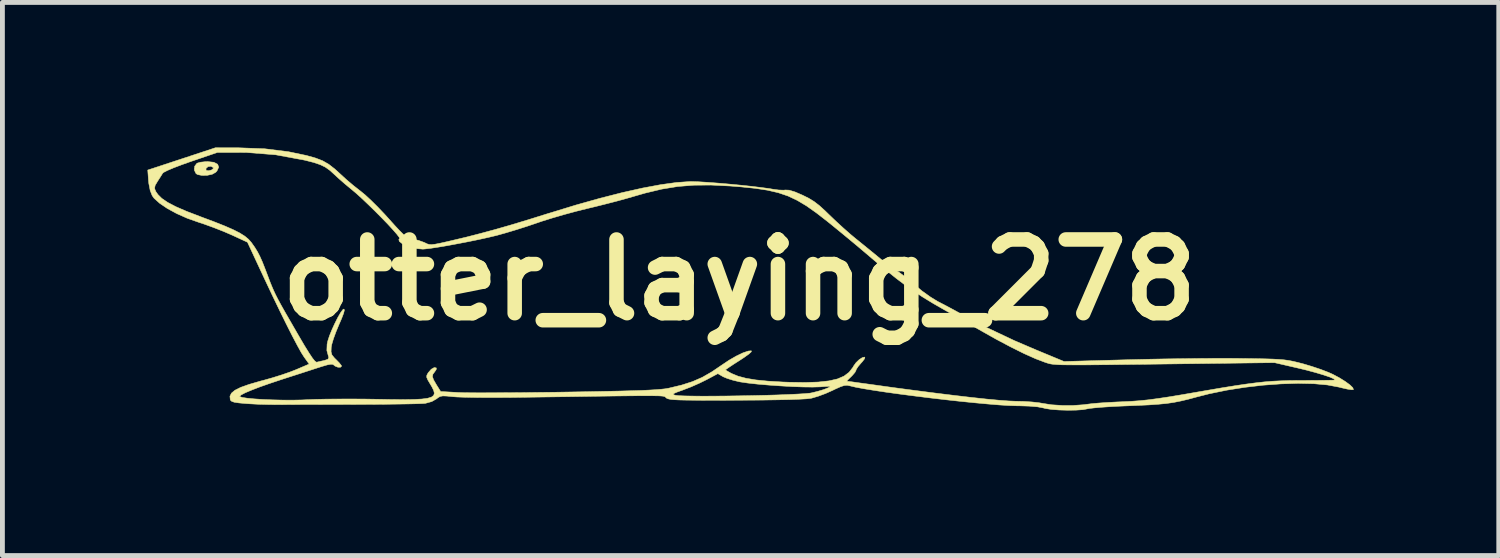
<source format=kicad_pcb>
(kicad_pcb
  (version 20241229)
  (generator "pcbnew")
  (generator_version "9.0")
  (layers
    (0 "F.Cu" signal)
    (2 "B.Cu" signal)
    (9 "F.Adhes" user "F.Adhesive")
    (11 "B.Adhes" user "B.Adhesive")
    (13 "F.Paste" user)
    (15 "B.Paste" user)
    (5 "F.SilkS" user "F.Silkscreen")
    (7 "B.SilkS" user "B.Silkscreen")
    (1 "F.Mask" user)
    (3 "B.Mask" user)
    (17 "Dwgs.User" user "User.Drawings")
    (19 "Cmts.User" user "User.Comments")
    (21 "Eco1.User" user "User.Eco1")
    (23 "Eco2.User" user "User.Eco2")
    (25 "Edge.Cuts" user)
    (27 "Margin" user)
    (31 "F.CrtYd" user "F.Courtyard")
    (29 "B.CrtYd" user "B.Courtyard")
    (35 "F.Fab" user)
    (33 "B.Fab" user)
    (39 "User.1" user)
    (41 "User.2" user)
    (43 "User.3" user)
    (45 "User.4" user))
  (footprint "otter_laying_278"
    (layer "F.Cu")
    (at 12.236 2.736)
    (property "Reference" "otter_laying_278" (at 0 0 0) (layer "F.SilkS") (effects (font (size 1.524 1.524) (thickness 0.3))))
    (attr through_hole)
    (fp_poly (pts (xy -10.865 -2.431) (xy -10.787 -2.391) (xy -10.764 -2.331) (xy -10.799 -2.254) (xy -10.827 -2.223) (xy -10.899 -2.183) (xy -11.002 -2.161) (xy -11.111 -2.159) (xy -11.201 -2.177) (xy -11.233 -2.197) (xy -11.268 -2.269) (xy -11.265 -2.302) (xy -11.029 -2.302) (xy -11.023 -2.263) (xy -10.972 -2.256) (xy -10.909 -2.273) (xy -10.875 -2.303) (xy -10.876 -2.321) (xy -10.924 -2.348) (xy -10.986 -2.34) (xy -11.028 -2.302) (xy -11.029 -2.302) (xy -11.265 -2.302) (xy -11.261 -2.349) (xy -11.215 -2.409) (xy -11.21 -2.412) (xy -11.142 -2.432) (xy -11.041 -2.443) (xy -10.994 -2.445) (xy -10.865 -2.431)) (stroke (width 0.01) (type solid)) (fill yes) (layer "F.SilkS"))
    (fp_poly (pts (xy -10.346 -2.73) (xy -9.812 -2.71) (xy -9.321 -2.649) (xy -8.949 -2.571) (xy -8.761 -2.518) (xy -8.614 -2.461) (xy -8.489 -2.389) (xy -8.362 -2.29) (xy -8.248 -2.186) (xy -8.121 -2.07) (xy -7.978 -1.949) (xy -7.847 -1.846) (xy -7.829 -1.832) (xy -7.735 -1.755) (xy -7.613 -1.642) (xy -7.475 -1.505) (xy -7.334 -1.357) (xy -7.257 -1.272) (xy -7.123 -1.123) (xy -7.022 -1.015) (xy -6.947 -0.941) (xy -6.888 -0.893) (xy -6.838 -0.865) (xy -6.788 -0.85) (xy -6.752 -0.844) (xy -6.634 -0.816) (xy -6.52 -0.775) (xy -6.5 -0.766) (xy -6.455 -0.744) (xy -6.413 -0.732) (xy -6.362 -0.729) (xy -6.29 -0.737) (xy -6.187 -0.757) (xy -6.039 -0.79) (xy -5.933 -0.815) (xy -5.634 -0.886) (xy -5.34 -0.962) (xy -5.037 -1.044) (xy -4.714 -1.137) (xy -4.357 -1.245) (xy -3.954 -1.371) (xy -3.913 -1.383) (xy -3.381 -1.546) (xy -2.882 -1.686) (xy -2.42 -1.804) (xy -2 -1.898) (xy -1.625 -1.968) (xy -1.299 -2.013) (xy -1.026 -2.032) (xy -0.98 -2.032) (xy -0.847 -2.028) (xy -0.666 -2.017) (xy -0.452 -2.001) (xy -0.218 -1.981) (xy 0.021 -1.958) (xy 0.25 -1.934) (xy 0.454 -1.909) (xy 0.619 -1.887) (xy 0.699 -1.873) (xy 0.812 -1.858) (xy 0.912 -1.854) (xy 0.955 -1.858) (xy 1.032 -1.854) (xy 1.153 -1.817) (xy 1.304 -1.752) (xy 1.435 -1.687) (xy 1.546 -1.619) (xy 1.655 -1.535) (xy 1.778 -1.423) (xy 1.857 -1.346) (xy 1.998 -1.211) (xy 2.154 -1.068) (xy 2.303 -0.937) (xy 2.397 -0.859) (xy 2.543 -0.741) (xy 2.709 -0.606) (xy 2.864 -0.479) (xy 2.905 -0.445) (xy 3.022 -0.352) (xy 3.131 -0.269) (xy 3.217 -0.21) (xy 3.252 -0.189) (xy 3.312 -0.15) (xy 3.407 -0.078) (xy 3.52 0.015) (xy 3.619 0.1) (xy 3.78 0.232) (xy 3.949 0.353) (xy 4.102 0.447) (xy 4.13 0.461) (xy 4.278 0.538) (xy 4.446 0.628) (xy 4.6 0.713) (xy 4.61 0.718) (xy 5.119 0.988) (xy 5.688 1.257) (xy 6.139 1.45) (xy 6.713 1.688) (xy 8.095 1.65) (xy 8.431 1.642) (xy 8.785 1.635) (xy 9.144 1.63) (xy 9.495 1.626) (xy 9.824 1.624) (xy 10.118 1.624) (xy 10.363 1.625) (xy 10.382 1.626) (xy 10.646 1.629) (xy 10.857 1.633) (xy 11.023 1.638) (xy 11.156 1.645) (xy 11.264 1.654) (xy 11.357 1.667) (xy 11.446 1.684) (xy 11.539 1.706) (xy 11.648 1.734) (xy 11.663 1.738) (xy 11.837 1.79) (xy 12.016 1.85) (xy 12.175 1.911) (xy 12.268 1.952) (xy 12.407 2.026) (xy 12.529 2.102) (xy 12.624 2.172) (xy 12.683 2.229) (xy 12.697 2.267) (xy 12.695 2.27) (xy 12.657 2.272) (xy 12.572 2.259) (xy 12.457 2.233) (xy 12.393 2.217) (xy 12.159 2.173) (xy 11.875 2.147) (xy 11.551 2.14) (xy 11.199 2.151) (xy 10.829 2.178) (xy 10.452 2.222) (xy 10.077 2.281) (xy 9.717 2.355) (xy 9.461 2.42) (xy 9.284 2.468) (xy 9.128 2.505) (xy 8.982 2.534) (xy 8.832 2.556) (xy 8.664 2.572) (xy 8.466 2.586) (xy 8.224 2.597) (xy 8.08 2.603) (xy 7.86 2.612) (xy 7.655 2.623) (xy 7.476 2.635) (xy 7.334 2.648) (xy 7.238 2.659) (xy 7.207 2.665) (xy 7.105 2.684) (xy 6.958 2.694) (xy 6.788 2.696) (xy 6.613 2.691) (xy 6.452 2.679) (xy 6.325 2.659) (xy 6.287 2.649) (xy 6.168 2.626) (xy 5.994 2.611) (xy 5.77 2.604) (xy 5.731 2.604) (xy 5.58 2.599) (xy 5.38 2.587) (xy 5.139 2.567) (xy 4.867 2.542) (xy 4.571 2.512) (xy 4.26 2.478) (xy 3.943 2.441) (xy 3.629 2.402) (xy 3.327 2.363) (xy 3.044 2.324) (xy 2.79 2.286) (xy 2.574 2.251) (xy 2.403 2.219) (xy 2.289 2.192) (xy 2.23 2.18) (xy 2.171 2.184) (xy 2.096 2.208) (xy 1.988 2.256) (xy 1.924 2.287) (xy 1.78 2.351) (xy 1.629 2.407) (xy 1.5 2.445) (xy 1.476 2.45) (xy 1.389 2.46) (xy 1.241 2.468) (xy 1.036 2.476) (xy 0.777 2.481) (xy 0.467 2.486) (xy 0.108 2.488) (xy -0.084 2.489) (xy -0.417 2.49) (xy -0.693 2.49) (xy -0.917 2.489) (xy -1.095 2.487) (xy -1.232 2.484) (xy -1.334 2.479) (xy -1.407 2.473) (xy -1.457 2.464) (xy -1.49 2.454) (xy -1.51 2.442) (xy -1.513 2.44) (xy -1.521 2.431) (xy -1.529 2.423) (xy -1.538 2.416) (xy -1.554 2.41) (xy -1.58 2.405) (xy -1.62 2.401) (xy -1.678 2.398) (xy -1.757 2.397) (xy -1.863 2.396) (xy -1.997 2.396) (xy -2.166 2.397) (xy -2.371 2.399) (xy -2.618 2.402) (xy -2.91 2.406) (xy -3.251 2.411) (xy -3.645 2.417) (xy -4.096 2.423) (xy -4.461 2.428) (xy -4.748 2.432) (xy -5.024 2.433) (xy -5.279 2.433) (xy -5.506 2.431) (xy -5.695 2.427) (xy -5.837 2.422) (xy -5.92 2.416) (xy -6.048 2.403) (xy -6.13 2.4) (xy -6.185 2.41) (xy -6.23 2.436) (xy -6.26 2.46) (xy -6.358 2.516) (xy -6.483 2.551) (xy -6.499 2.554) (xy -6.565 2.558) (xy -6.685 2.562) (xy -6.854 2.566) (xy -7.062 2.569) (xy -7.303 2.572) (xy -7.568 2.574) (xy -7.85 2.575) (xy -7.922 2.575) (xy -8.216 2.576) (xy -8.505 2.576) (xy -8.778 2.577) (xy -9.027 2.577) (xy -9.241 2.578) (xy -9.413 2.579) (xy -9.531 2.58) (xy -9.541 2.58) (xy -9.728 2.578) (xy -9.934 2.573) (xy -10.125 2.563) (xy -10.198 2.558) (xy -10.345 2.545) (xy -10.44 2.531) (xy -10.495 2.512) (xy -10.521 2.488) (xy -10.525 2.478) (xy -10.532 2.407) (xy -10.501 2.343) (xy -10.429 2.283) (xy -10.309 2.223) (xy -10.138 2.162) (xy -9.91 2.096) (xy -9.837 2.077) (xy -9.653 2.025) (xy -9.461 1.965) (xy -9.285 1.904) (xy -9.165 1.857) (xy -8.894 1.741) (xy -9 1.593) (xy -9.058 1.502) (xy -9.138 1.357) (xy -9.24 1.164) (xy -9.36 0.927) (xy -9.496 0.651) (xy -9.646 0.34) (xy -9.807 -0.001) (xy -9.903 -0.206) (xy -10.169 -0.778) (xy -10.49 -0.926) (xy -10.661 -1) (xy -10.862 -1.079) (xy -11.066 -1.153) (xy -11.184 -1.192) (xy -11.416 -1.274) (xy -11.634 -1.371) (xy -11.827 -1.476) (xy -11.986 -1.584) (xy -12.1 -1.687) (xy -12.139 -1.741) (xy -12.181 -1.847) (xy -12.189 -1.89) (xy -12.091 -1.89) (xy -12.064 -1.825) (xy -12.02 -1.763) (xy -11.941 -1.684) (xy -11.819 -1.601) (xy -11.651 -1.513) (xy -11.43 -1.417) (xy -11.152 -1.311) (xy -11.138 -1.305) (xy -10.862 -1.202) (xy -10.64 -1.114) (xy -10.464 -1.037) (xy -10.328 -0.968) (xy -10.225 -0.903) (xy -10.147 -0.838) (xy -10.087 -0.77) (xy -10.084 -0.765) (xy -10.018 -0.671) (xy -9.963 -0.582) (xy -9.913 -0.486) (xy -9.86 -0.367) (xy -9.799 -0.211) (xy -9.748 -0.077) (xy -9.707 0.032) (xy -9.669 0.126) (xy -9.632 0.213) (xy -9.59 0.303) (xy -9.539 0.403) (xy -9.475 0.521) (xy -9.393 0.667) (xy -9.289 0.847) (xy -9.159 1.072) (xy -9.104 1.167) (xy -8.986 1.368) (xy -8.894 1.516) (xy -8.826 1.618) (xy -8.777 1.679) (xy -8.744 1.702) (xy -8.735 1.702) (xy -8.668 1.686) (xy -8.58 1.667) (xy -8.578 1.666) (xy -8.506 1.642) (xy -8.488 1.607) (xy -8.491 1.597) (xy -8.528 1.461) (xy -8.523 1.33) (xy -8.509 1.266) (xy -8.475 1.16) (xy -8.424 1.034) (xy -8.365 0.905) (xy -8.304 0.783) (xy -8.247 0.684) (xy -8.201 0.62) (xy -8.177 0.603) (xy -8.165 0.624) (xy -8.181 0.689) (xy -8.224 0.802) (xy -8.279 0.928) (xy -8.34 1.076) (xy -8.392 1.218) (xy -8.427 1.337) (xy -8.438 1.396) (xy -8.441 1.488) (xy -8.423 1.552) (xy -8.371 1.616) (xy -8.337 1.649) (xy -8.271 1.717) (xy -8.23 1.769) (xy -8.223 1.784) (xy -8.247 1.807) (xy -8.301 1.806) (xy -8.358 1.783) (xy -8.38 1.765) (xy -8.405 1.747) (xy -8.447 1.745) (xy -8.519 1.758) (xy -8.631 1.791) (xy -8.741 1.826) (xy -8.904 1.879) (xy -9.101 1.943) (xy -9.307 2.009) (xy -9.477 2.064) (xy -9.71 2.142) (xy -9.915 2.214) (xy -10.086 2.28) (xy -10.217 2.335) (xy -10.3 2.379) (xy -10.331 2.408) (xy -10.329 2.413) (xy -10.279 2.431) (xy -10.175 2.447) (xy -10.03 2.461) (xy -9.853 2.473) (xy -9.654 2.481) (xy -9.446 2.486) (xy -9.237 2.487) (xy -9.039 2.483) (xy -8.938 2.478) (xy -8.763 2.471) (xy -8.54 2.466) (xy -8.284 2.464) (xy -8.011 2.463) (xy -7.737 2.465) (xy -7.541 2.468) (xy -7.213 2.474) (xy -6.944 2.476) (xy -6.729 2.473) (xy -6.563 2.464) (xy -6.443 2.448) (xy -6.363 2.423) (xy -6.319 2.389) (xy -6.312 2.365) (xy -1.369 2.365) (xy -1.352 2.378) (xy -1.318 2.387) (xy -1.251 2.395) (xy -1.13 2.4) (xy -0.963 2.403) (xy -0.758 2.405) (xy -0.524 2.404) (xy -0.27 2.402) (xy -0.004 2.398) (xy 0.265 2.393) (xy 0.529 2.387) (xy 0.778 2.38) (xy 1.004 2.371) (xy 1.199 2.362) (xy 1.353 2.353) (xy 1.459 2.343) (xy 1.492 2.337) (xy 1.62 2.306) (xy 1.74 2.27) (xy 1.81 2.244) (xy 1.862 2.22) (xy 1.878 2.206) (xy 1.851 2.202) (xy 1.775 2.205) (xy 1.663 2.213) (xy 1.517 2.217) (xy 1.322 2.215) (xy 1.096 2.207) (xy 0.853 2.193) (xy 0.609 2.176) (xy 0.378 2.156) (xy 0.178 2.134) (xy 0.022 2.111) (xy 0 2.107) (xy -0.132 2.075) (xy -0.253 2.037) (xy -0.339 2.001) (xy -0.341 1.999) (xy -0.444 1.939) (xy -0.674 2.062) (xy -0.825 2.136) (xy -0.999 2.213) (xy -1.158 2.274) (xy -1.159 2.275) (xy -1.28 2.318) (xy -1.347 2.346) (xy -1.369 2.365) (xy -6.312 2.365) (xy -6.306 2.343) (xy -6.32 2.285) (xy -6.355 2.214) (xy -6.386 2.162) (xy -6.44 2.071) (xy -6.464 2.014) (xy -6.461 1.972) (xy -6.435 1.924) (xy -6.432 1.92) (xy -6.369 1.848) (xy -6.307 1.813) (xy -6.264 1.822) (xy -6.268 1.857) (xy -6.297 1.899) (xy -6.336 1.951) (xy -6.345 2.002) (xy -6.321 2.069) (xy -6.263 2.169) (xy -6.175 2.309) (xy -5.81 2.329) (xy -5.711 2.333) (xy -5.555 2.335) (xy -5.349 2.336) (xy -5.102 2.335) (xy -4.819 2.334) (xy -4.508 2.332) (xy -4.176 2.328) (xy -3.829 2.324) (xy -3.572 2.32) (xy -3.158 2.313) (xy -2.802 2.306) (xy -2.5 2.3) (xy -2.247 2.293) (xy -2.037 2.287) (xy -1.866 2.279) (xy -1.728 2.271) (xy -1.619 2.262) (xy -1.535 2.253) (xy -1.468 2.241) (xy -1.46 2.24) (xy -1.193 2.176) (xy -0.969 2.104) (xy -0.767 2.016) (xy -0.567 1.901) (xy -0.374 1.77) (xy -0.216 1.664) (xy -0.062 1.575) (xy 0.076 1.509) (xy 0.186 1.472) (xy 0.248 1.467) (xy 0.248 1.487) (xy 0.197 1.534) (xy 0.098 1.605) (xy 0.008 1.664) (xy -0.111 1.74) (xy -0.206 1.803) (xy -0.268 1.846) (xy -0.286 1.861) (xy -0.26 1.88) (xy -0.196 1.917) (xy -0.156 1.938) (xy -0.025 1.992) (xy 0.138 2.035) (xy 0.341 2.069) (xy 0.59 2.094) (xy 0.893 2.112) (xy 1.034 2.117) (xy 1.361 2.122) (xy 1.632 2.113) (xy 1.852 2.089) (xy 2.028 2.049) (xy 2.165 1.99) (xy 2.269 1.911) (xy 2.347 1.811) (xy 2.365 1.779) (xy 2.413 1.712) (xy 2.478 1.65) (xy 2.543 1.608) (xy 2.589 1.597) (xy 2.596 1.601) (xy 2.588 1.633) (xy 2.544 1.691) (xy 2.514 1.724) (xy 2.453 1.796) (xy 2.417 1.853) (xy 2.413 1.869) (xy 2.391 1.913) (xy 2.336 1.977) (xy 2.311 2.002) (xy 2.253 2.058) (xy 2.224 2.091) (xy 2.224 2.095) (xy 2.26 2.1) (xy 2.346 2.111) (xy 2.473 2.129) (xy 2.627 2.15) (xy 2.693 2.159) (xy 3.18 2.227) (xy 3.639 2.288) (xy 4.066 2.343) (xy 4.457 2.391) (xy 4.807 2.432) (xy 5.112 2.465) (xy 5.368 2.489) (xy 5.569 2.504) (xy 5.713 2.51) (xy 5.715 2.51) (xy 5.885 2.514) (xy 6.053 2.525) (xy 6.196 2.541) (xy 6.271 2.554) (xy 6.455 2.583) (xy 6.675 2.597) (xy 6.904 2.597) (xy 7.117 2.582) (xy 7.191 2.572) (xy 7.29 2.56) (xy 7.436 2.547) (xy 7.613 2.535) (xy 7.804 2.525) (xy 7.906 2.521) (xy 8.094 2.512) (xy 8.274 2.499) (xy 8.459 2.48) (xy 8.661 2.453) (xy 8.894 2.418) (xy 9.171 2.372) (xy 9.303 2.349) (xy 9.668 2.286) (xy 9.978 2.233) (xy 10.244 2.19) (xy 10.473 2.156) (xy 10.673 2.13) (xy 10.853 2.11) (xy 11.022 2.096) (xy 11.188 2.088) (xy 11.36 2.082) (xy 11.546 2.08) (xy 11.66 2.08) (xy 11.857 2.079) (xy 12.03 2.078) (xy 12.171 2.076) (xy 12.269 2.074) (xy 12.316 2.071) (xy 12.319 2.07) (xy 12.289 2.045) (xy 12.207 2.009) (xy 12.079 1.966) (xy 11.915 1.917) (xy 11.725 1.866) (xy 11.554 1.825) (xy 11.065 1.712) (xy 9.128 1.736) (xy 8.66 1.742) (xy 8.252 1.747) (xy 7.898 1.751) (xy 7.595 1.755) (xy 7.338 1.757) (xy 7.123 1.759) (xy 6.946 1.759) (xy 6.802 1.758) (xy 6.687 1.757) (xy 6.597 1.754) (xy 6.527 1.749) (xy 6.473 1.744) (xy 6.43 1.737) (xy 6.396 1.729) (xy 6.364 1.719) (xy 6.331 1.708) (xy 6.318 1.704) (xy 6.123 1.63) (xy 5.884 1.523) (xy 5.611 1.387) (xy 5.311 1.228) (xy 5.08 1.098) (xy 4.886 0.988) (xy 4.674 0.867) (xy 4.466 0.748) (xy 4.284 0.645) (xy 4.239 0.62) (xy 4.012 0.49) (xy 3.81 0.367) (xy 3.622 0.245) (xy 3.437 0.115) (xy 3.245 -0.03) (xy 3.037 -0.196) (xy 2.801 -0.393) (xy 2.567 -0.592) (xy 2.432 -0.706) (xy 2.265 -0.845) (xy 2.083 -0.995) (xy 1.903 -1.142) (xy 1.821 -1.208) (xy 1.593 -1.385) (xy 1.389 -1.529) (xy 1.198 -1.643) (xy 1.008 -1.733) (xy 0.807 -1.801) (xy 0.584 -1.853) (xy 0.329 -1.892) (xy 0.028 -1.923) (xy -0.191 -1.94) (xy -0.586 -1.96) (xy -0.941 -1.957) (xy -1.274 -1.93) (xy -1.604 -1.876) (xy -1.95 -1.793) (xy -2.183 -1.726) (xy -2.342 -1.68) (xy -2.543 -1.625) (xy -2.768 -1.567) (xy -2.995 -1.51) (xy -3.143 -1.475) (xy -3.371 -1.418) (xy -3.619 -1.351) (xy -3.863 -1.28) (xy -4.081 -1.212) (xy -4.189 -1.175) (xy -4.39 -1.107) (xy -4.61 -1.037) (xy -4.823 -0.973) (xy -5.005 -0.922) (xy -5.024 -0.917) (xy -5.196 -0.876) (xy -5.396 -0.832) (xy -5.611 -0.788) (xy -5.83 -0.746) (xy -6.04 -0.707) (xy -6.231 -0.675) (xy -6.389 -0.651) (xy -6.504 -0.638) (xy -6.543 -0.635) (xy -6.66 -0.645) (xy -6.778 -0.671) (xy -6.887 -0.708) (xy -6.975 -0.752) (xy -7.03 -0.796) (xy -7.04 -0.835) (xy -7.023 -0.853) (xy -7.033 -0.881) (xy -7.082 -0.945) (xy -7.163 -1.038) (xy -7.268 -1.152) (xy -7.392 -1.28) (xy -7.525 -1.414) (xy -7.662 -1.548) (xy -7.794 -1.674) (xy -7.915 -1.784) (xy -8.018 -1.871) (xy -8.033 -1.883) (xy -8.155 -1.984) (xy -8.286 -2.099) (xy -8.366 -2.173) (xy -8.465 -2.263) (xy -8.559 -2.33) (xy -8.664 -2.381) (xy -8.796 -2.426) (xy -8.973 -2.471) (xy -8.994 -2.476) (xy -9.588 -2.586) (xy -10.183 -2.633) (xy -10.347 -2.635) (xy -10.789 -2.635) (xy -11.34 -2.447) (xy -11.537 -2.377) (xy -11.702 -2.314) (xy -11.826 -2.261) (xy -11.902 -2.222) (xy -11.922 -2.205) (xy -11.96 -2.144) (xy -12.013 -2.061) (xy -12.025 -2.043) (xy -12.078 -1.954) (xy -12.091 -1.89) (xy -12.189 -1.89) (xy -12.209 -1.991) (xy -12.216 -2.058) (xy -12.231 -2.27) (xy -11.532 -2.5) (xy -10.833 -2.731) (xy -10.346 -2.73)) (stroke (width 0.01) (type solid)) (fill yes) (layer "F.SilkS")))
  (gr_rect
    (start -3 -3)
    (end 27.938 8.437)
    (stroke (width 0.1) (type default))
    (fill no)
    (layer "Edge.Cuts")))
</source>
